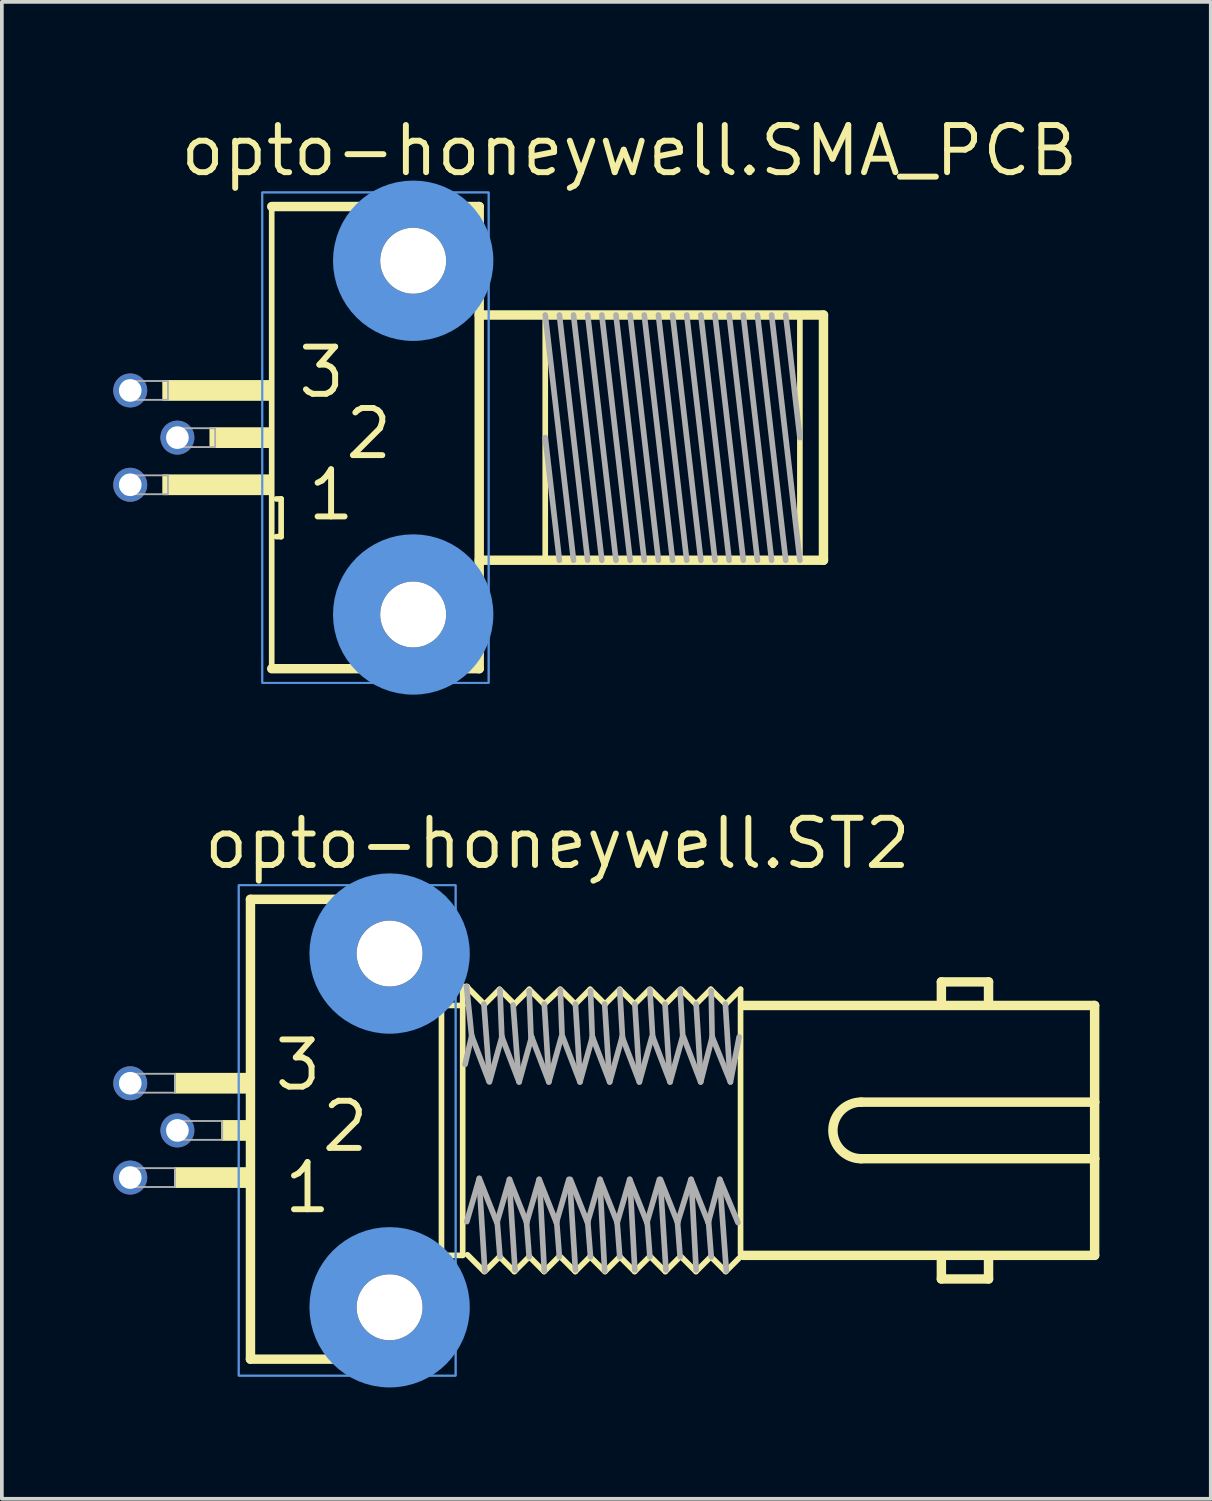
<source format=kicad_pcb>
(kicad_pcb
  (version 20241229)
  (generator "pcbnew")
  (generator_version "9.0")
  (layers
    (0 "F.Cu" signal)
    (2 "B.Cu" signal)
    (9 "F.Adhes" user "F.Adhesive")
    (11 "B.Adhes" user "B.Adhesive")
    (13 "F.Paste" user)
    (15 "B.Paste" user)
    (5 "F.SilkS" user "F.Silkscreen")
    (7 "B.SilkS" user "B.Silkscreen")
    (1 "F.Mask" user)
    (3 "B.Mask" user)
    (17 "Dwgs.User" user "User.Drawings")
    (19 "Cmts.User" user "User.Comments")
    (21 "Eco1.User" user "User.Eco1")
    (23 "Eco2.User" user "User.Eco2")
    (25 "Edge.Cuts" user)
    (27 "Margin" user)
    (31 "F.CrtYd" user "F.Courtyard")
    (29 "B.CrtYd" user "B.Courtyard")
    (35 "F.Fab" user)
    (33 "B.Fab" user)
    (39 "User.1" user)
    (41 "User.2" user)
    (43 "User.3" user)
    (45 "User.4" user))
  (footprint "opto-honeywell.ST2"
    (layer "F.Cu")
    (at 7.442 27.392)
    (property "Reference" "opto-honeywell.ST2" (at -5.08 -6.985 0) (layer "F.SilkS") (effects (font (size 1.27 1.27) (thickness 0.16)) (justify left bottom)))
    (attr through_hole)
    (fp_line (start -3.747 -6.223) (end 1.397 -6.223) (stroke (width 0.254) (type default)) (layer "F.SilkS"))
    (fp_line (start -3.747 6.16) (end -3.747 -6.223) (stroke (width 0.254) (type default)) (layer "F.SilkS"))
    (fp_line (start 1.397 -6.223) (end 1.397 6.16) (stroke (width 0.152) (type default)) (layer "F.SilkS"))
    (fp_line (start 1.397 6.16) (end -3.747 6.16) (stroke (width 0.254) (type default)) (layer "F.SilkS"))
    (fp_line (start 1.968 -3.873) (end 2.095 -3.873) (stroke (width 0.152) (type default)) (layer "F.SilkS"))
    (fp_line (start 1.968 -3.365) (end 1.524 -3.365) (stroke (width 0.152) (type default)) (layer "F.SilkS"))
    (fp_line (start 1.968 -3.365) (end 1.968 -3.873) (stroke (width 0.152) (type default)) (layer "F.SilkS"))
    (fp_line (start 1.968 -3.365) (end 1.968 3.365) (stroke (width 0.152) (type default)) (layer "F.SilkS"))
    (fp_line (start 1.968 3.365) (end 1.524 3.365) (stroke (width 0.152) (type default)) (layer "F.SilkS"))
    (fp_line (start 2.548 -3.4) (end 2.072 -3.876) (stroke (width 0.152) (type default)) (layer "F.SilkS"))
    (fp_line (start 2.548 3.8) (end 2.097 3.349) (stroke (width 0.152) (type default)) (layer "F.SilkS"))
    (fp_line (start 2.961 -3.8) (end 2.561 -3.4) (stroke (width 0.152) (type default)) (layer "F.SilkS"))
    (fp_line (start 2.961 3.4) (end 2.561 3.8) (stroke (width 0.152) (type default)) (layer "F.SilkS"))
    (fp_line (start 3.361 -3.4) (end 2.961 -3.8) (stroke (width 0.152) (type default)) (layer "F.SilkS"))
    (fp_line (start 3.361 3.8) (end 2.961 3.4) (stroke (width 0.152) (type default)) (layer "F.SilkS"))
    (fp_line (start 3.761 -3.8) (end 3.361 -3.4) (stroke (width 0.152) (type default)) (layer "F.SilkS"))
    (fp_line (start 3.761 3.4) (end 3.361 3.8) (stroke (width 0.152) (type default)) (layer "F.SilkS"))
    (fp_line (start 4.161 -3.4) (end 3.761 -3.8) (stroke (width 0.152) (type default)) (layer "F.SilkS"))
    (fp_line (start 4.161 3.8) (end 3.761 3.4) (stroke (width 0.152) (type default)) (layer "F.SilkS"))
    (fp_line (start 4.561 3.4) (end 4.161 3.8) (stroke (width 0.152) (type default)) (layer "F.SilkS"))
    (fp_line (start 4.587 -3.8) (end 4.161 -3.4) (stroke (width 0.152) (type default)) (layer "F.SilkS"))
    (fp_line (start 5 -3.4) (end 4.599 -3.8) (stroke (width 0.152) (type default)) (layer "F.SilkS"))
    (fp_line (start 5 3.8) (end 4.599 3.4) (stroke (width 0.152) (type default)) (layer "F.SilkS"))
    (fp_line (start 5.4 -3.8) (end 5 -3.4) (stroke (width 0.152) (type default)) (layer "F.SilkS"))
    (fp_line (start 5.4 3.4) (end 5 3.8) (stroke (width 0.152) (type default)) (layer "F.SilkS"))
    (fp_line (start 5.8 -3.4) (end 5.4 -3.8) (stroke (width 0.152) (type default)) (layer "F.SilkS"))
    (fp_line (start 5.8 3.8) (end 5.4 3.4) (stroke (width 0.152) (type default)) (layer "F.SilkS"))
    (fp_line (start 6.199 -3.8) (end 5.8 -3.4) (stroke (width 0.152) (type default)) (layer "F.SilkS"))
    (fp_line (start 6.199 3.4) (end 5.8 3.8) (stroke (width 0.152) (type default)) (layer "F.SilkS"))
    (fp_line (start 6.599 -3.4) (end 6.199 -3.8) (stroke (width 0.152) (type default)) (layer "F.SilkS"))
    (fp_line (start 6.599 3.8) (end 6.199 3.4) (stroke (width 0.152) (type default)) (layer "F.SilkS"))
    (fp_line (start 7 -3.8) (end 6.599 -3.4) (stroke (width 0.152) (type default)) (layer "F.SilkS"))
    (fp_line (start 7 3.4) (end 6.599 3.8) (stroke (width 0.152) (type default)) (layer "F.SilkS"))
    (fp_line (start 7.425 -3.4) (end 7.025 -3.8) (stroke (width 0.152) (type default)) (layer "F.SilkS"))
    (fp_line (start 7.425 3.8) (end 7.025 3.4) (stroke (width 0.152) (type default)) (layer "F.SilkS"))
    (fp_line (start 7.825 -3.8) (end 7.425 -3.4) (stroke (width 0.152) (type default)) (layer "F.SilkS"))
    (fp_line (start 7.825 3.4) (end 7.425 3.8) (stroke (width 0.152) (type default)) (layer "F.SilkS"))
    (fp_line (start 8.25 -3.4) (end 7.85 -3.8) (stroke (width 0.152) (type default)) (layer "F.SilkS"))
    (fp_line (start 8.25 3.8) (end 7.85 3.4) (stroke (width 0.152) (type default)) (layer "F.SilkS"))
    (fp_line (start 8.651 -3.8) (end 8.25 -3.4) (stroke (width 0.152) (type default)) (layer "F.SilkS"))
    (fp_line (start 8.651 3.4) (end 8.25 3.8) (stroke (width 0.152) (type default)) (layer "F.SilkS"))
    (fp_line (start 9.051 -3.4) (end 8.651 -3.8) (stroke (width 0.152) (type default)) (layer "F.SilkS"))
    (fp_line (start 9.051 3.8) (end 8.651 3.4) (stroke (width 0.152) (type default)) (layer "F.SilkS"))
    (fp_line (start 9.451 -3.8) (end 9.051 -3.4) (stroke (width 0.152) (type default)) (layer "F.SilkS"))
    (fp_line (start 9.451 -3.8) (end 9.451 3.331) (stroke (width 0.152) (type default)) (layer "F.SilkS"))
    (fp_line (start 9.451 3.4) (end 9.051 3.8) (stroke (width 0.152) (type default)) (layer "F.SilkS"))
    (fp_line (start 9.525 3.365) (end 18.986 3.365) (stroke (width 0.254) (type default)) (layer "F.SilkS"))
    (fp_line (start 12.7 0.762) (end 18.986 0.762) (stroke (width 0.254) (type default)) (layer "F.SilkS"))
    (fp_line (start 14.859 -4) (end 16.129 -4) (stroke (width 0.254) (type default)) (layer "F.SilkS"))
    (fp_line (start 14.859 -3.429) (end 14.859 -4) (stroke (width 0.254) (type default)) (layer "F.SilkS"))
    (fp_line (start 14.859 4) (end 14.859 3.429) (stroke (width 0.254) (type default)) (layer "F.SilkS"))
    (fp_line (start 16.129 -4) (end 16.129 -3.429) (stroke (width 0.254) (type default)) (layer "F.SilkS"))
    (fp_line (start 16.129 3.429) (end 16.129 4) (stroke (width 0.254) (type default)) (layer "F.SilkS"))
    (fp_line (start 16.129 4) (end 14.859 4) (stroke (width 0.254) (type default)) (layer "F.SilkS"))
    (fp_line (start 18.986 -3.365) (end 9.525 -3.365) (stroke (width 0.254) (type default)) (layer "F.SilkS"))
    (fp_line (start 18.986 -0.762) (end 12.7 -0.762) (stroke (width 0.254) (type default)) (layer "F.SilkS"))
    (fp_line (start 18.986 -0.762) (end 18.986 -3.365) (stroke (width 0.254) (type default)) (layer "F.SilkS"))
    (fp_line (start 18.986 0.762) (end 18.986 -0.762) (stroke (width 0.254) (type default)) (layer "F.SilkS"))
    (fp_line (start 18.986 3.365) (end 18.986 0.762) (stroke (width 0.254) (type default)) (layer "F.SilkS"))
    (fp_rect (start -5.779 -1.016) (end -3.873 -1.524) (stroke (width 0.05) (type default)) (fill yes) (layer "F.SilkS"))
    (fp_rect (start -5.779 1.524) (end -3.873 1.016) (stroke (width 0.05) (type default)) (fill yes) (layer "F.SilkS"))
    (fp_rect (start -4.508 0.254) (end -3.873 -0.254) (stroke (width 0.05) (type default)) (fill yes) (layer "F.SilkS"))
    (fp_arc (start 12.7 0.762) (mid 11.938 0) (end 12.7 -0.762) (stroke (width 0.254) (type default)) (layer "F.SilkS"))
    (fp_rect (start -4.064 6.604) (end 1.778 -6.604) (stroke (width 0.05) (type default)) (fill no) (layer "Cmts.User"))
    (fp_rect (start -4.064 6.604) (end 1.778 -6.604) (stroke (width 0.05) (type default)) (fill no) (layer "Cmts.User"))
    (fp_circle (center 0 -4.763) (end 1.524 -4.763) (stroke (width 1.27) (type default)) (fill no) (layer "Cmts.User"))
    (fp_circle (center 0 4.763) (end 1.524 4.763) (stroke (width 1.27) (type default)) (fill no) (layer "Cmts.User"))
    (fp_line (start 2.032 -1.778) (end 2.21 -2.54) (stroke (width 0.152) (type default)) (layer "F.Fab"))
    (fp_line (start 2.21 -2.54) (end 2.072 -3.876) (stroke (width 0.152) (type default)) (layer "F.Fab"))
    (fp_line (start 2.413 1.372) (end 2.565 3.785) (stroke (width 0.152) (type default)) (layer "F.Fab"))
    (fp_line (start 2.415 1.293) (end 2.079 2.455) (stroke (width 0.152) (type default)) (layer "F.Fab"))
    (fp_line (start 2.54 -3.404) (end 2.692 -1.372) (stroke (width 0.152) (type default)) (layer "F.Fab"))
    (fp_line (start 2.675 -1.33) (end 2.212 -2.543) (stroke (width 0.152) (type default)) (layer "F.Fab"))
    (fp_line (start 2.878 2.455) (end 2.415 1.293) (stroke (width 0.152) (type default)) (layer "F.Fab"))
    (fp_line (start 2.896 2.438) (end 2.972 3.404) (stroke (width 0.152) (type default)) (layer "F.Fab"))
    (fp_line (start 2.972 -3.785) (end 3.023 -2.489) (stroke (width 0.152) (type default)) (layer "F.Fab"))
    (fp_line (start 3.024 -2.517) (end 2.688 -1.305) (stroke (width 0.152) (type default)) (layer "F.Fab"))
    (fp_line (start 3.226 1.422) (end 3.378 3.759) (stroke (width 0.152) (type default)) (layer "F.Fab"))
    (fp_line (start 3.228 1.318) (end 2.891 2.48) (stroke (width 0.152) (type default)) (layer "F.Fab"))
    (fp_line (start 3.327 -3.378) (end 3.48 -1.346) (stroke (width 0.152) (type default)) (layer "F.Fab"))
    (fp_line (start 3.488 -1.305) (end 3.024 -2.517) (stroke (width 0.152) (type default)) (layer "F.Fab"))
    (fp_line (start 3.683 2.413) (end 3.759 3.404) (stroke (width 0.152) (type default)) (layer "F.Fab"))
    (fp_line (start 3.691 2.48) (end 3.228 1.318) (stroke (width 0.152) (type default)) (layer "F.Fab"))
    (fp_line (start 3.759 -3.759) (end 3.81 -2.464) (stroke (width 0.152) (type default)) (layer "F.Fab"))
    (fp_line (start 3.825 -2.517) (end 3.488 -1.305) (stroke (width 0.152) (type default)) (layer "F.Fab"))
    (fp_line (start 4.028 1.318) (end 3.691 2.48) (stroke (width 0.152) (type default)) (layer "F.Fab"))
    (fp_line (start 4.039 1.397) (end 4.166 3.785) (stroke (width 0.152) (type default)) (layer "F.Fab"))
    (fp_line (start 4.166 -3.404) (end 4.293 -1.346) (stroke (width 0.152) (type default)) (layer "F.Fab"))
    (fp_line (start 4.288 -1.305) (end 3.825 -2.517) (stroke (width 0.152) (type default)) (layer "F.Fab"))
    (fp_line (start 4.491 2.48) (end 4.028 1.318) (stroke (width 0.152) (type default)) (layer "F.Fab"))
    (fp_line (start 4.496 2.413) (end 4.572 3.404) (stroke (width 0.152) (type default)) (layer "F.Fab"))
    (fp_line (start 4.597 -3.785) (end 4.648 -2.464) (stroke (width 0.152) (type default)) (layer "F.Fab"))
    (fp_line (start 4.625 -2.517) (end 4.288 -1.305) (stroke (width 0.152) (type default)) (layer "F.Fab"))
    (fp_line (start 4.828 1.318) (end 4.491 2.48) (stroke (width 0.152) (type default)) (layer "F.Fab"))
    (fp_line (start 4.851 1.372) (end 5.004 3.759) (stroke (width 0.152) (type default)) (layer "F.Fab"))
    (fp_line (start 5.004 -3.404) (end 5.131 -1.346) (stroke (width 0.152) (type default)) (layer "F.Fab"))
    (fp_line (start 5.127 -1.305) (end 4.663 -2.517) (stroke (width 0.152) (type default)) (layer "F.Fab"))
    (fp_line (start 5.33 2.48) (end 4.866 1.318) (stroke (width 0.152) (type default)) (layer "F.Fab"))
    (fp_line (start 5.334 2.438) (end 5.41 3.404) (stroke (width 0.152) (type default)) (layer "F.Fab"))
    (fp_line (start 5.41 -3.759) (end 5.461 -2.438) (stroke (width 0.152) (type default)) (layer "F.Fab"))
    (fp_line (start 5.463 -2.517) (end 5.127 -1.305) (stroke (width 0.152) (type default)) (layer "F.Fab"))
    (fp_line (start 5.664 1.397) (end 5.791 3.785) (stroke (width 0.152) (type default)) (layer "F.Fab"))
    (fp_line (start 5.666 1.318) (end 5.33 2.48) (stroke (width 0.152) (type default)) (layer "F.Fab"))
    (fp_line (start 5.791 -3.404) (end 5.918 -1.397) (stroke (width 0.152) (type default)) (layer "F.Fab"))
    (fp_line (start 5.927 -1.305) (end 5.463 -2.517) (stroke (width 0.152) (type default)) (layer "F.Fab"))
    (fp_line (start 6.121 2.388) (end 6.198 3.404) (stroke (width 0.152) (type default)) (layer "F.Fab"))
    (fp_line (start 6.13 2.48) (end 5.666 1.318) (stroke (width 0.152) (type default)) (layer "F.Fab"))
    (fp_line (start 6.198 -3.785) (end 6.274 -2.464) (stroke (width 0.152) (type default)) (layer "F.Fab"))
    (fp_line (start 6.263 -2.517) (end 5.927 -1.305) (stroke (width 0.152) (type default)) (layer "F.Fab"))
    (fp_line (start 6.466 1.318) (end 6.13 2.48) (stroke (width 0.152) (type default)) (layer "F.Fab"))
    (fp_line (start 6.477 1.448) (end 6.604 3.759) (stroke (width 0.152) (type default)) (layer "F.Fab"))
    (fp_line (start 6.604 -3.404) (end 6.731 -1.372) (stroke (width 0.152) (type default)) (layer "F.Fab"))
    (fp_line (start 6.726 -1.305) (end 6.263 -2.517) (stroke (width 0.152) (type default)) (layer "F.Fab"))
    (fp_line (start 6.93 2.48) (end 6.466 1.318) (stroke (width 0.152) (type default)) (layer "F.Fab"))
    (fp_line (start 6.934 2.413) (end 7.01 3.404) (stroke (width 0.152) (type default)) (layer "F.Fab"))
    (fp_line (start 7.01 -3.785) (end 7.087 -2.464) (stroke (width 0.152) (type default)) (layer "F.Fab"))
    (fp_line (start 7.063 -2.517) (end 6.726 -1.305) (stroke (width 0.152) (type default)) (layer "F.Fab"))
    (fp_line (start 7.266 1.318) (end 6.93 2.48) (stroke (width 0.152) (type default)) (layer "F.Fab"))
    (fp_line (start 7.29 1.372) (end 7.442 3.759) (stroke (width 0.152) (type default)) (layer "F.Fab"))
    (fp_line (start 7.417 -3.404) (end 7.544 -1.397) (stroke (width 0.152) (type default)) (layer "F.Fab"))
    (fp_line (start 7.552 -1.305) (end 7.088 -2.517) (stroke (width 0.152) (type default)) (layer "F.Fab"))
    (fp_line (start 7.747 2.388) (end 7.823 3.404) (stroke (width 0.152) (type default)) (layer "F.Fab"))
    (fp_line (start 7.755 2.48) (end 7.292 1.318) (stroke (width 0.152) (type default)) (layer "F.Fab"))
    (fp_line (start 7.823 -3.785) (end 7.899 -2.464) (stroke (width 0.152) (type default)) (layer "F.Fab"))
    (fp_line (start 7.889 -2.517) (end 7.552 -1.305) (stroke (width 0.152) (type default)) (layer "F.Fab"))
    (fp_line (start 8.117 1.318) (end 7.755 2.48) (stroke (width 0.152) (type default)) (layer "F.Fab"))
    (fp_line (start 8.128 1.422) (end 8.255 3.759) (stroke (width 0.152) (type default)) (layer "F.Fab"))
    (fp_line (start 8.255 -3.404) (end 8.382 -1.372) (stroke (width 0.152) (type default)) (layer "F.Fab"))
    (fp_line (start 8.377 -1.305) (end 7.914 -2.517) (stroke (width 0.152) (type default)) (layer "F.Fab"))
    (fp_line (start 8.581 2.48) (end 8.117 1.318) (stroke (width 0.152) (type default)) (layer "F.Fab"))
    (fp_line (start 8.585 2.413) (end 8.661 3.404) (stroke (width 0.152) (type default)) (layer "F.Fab"))
    (fp_line (start 8.661 -3.759) (end 8.687 -2.438) (stroke (width 0.152) (type default)) (layer "F.Fab"))
    (fp_line (start 8.689 -2.517) (end 8.377 -1.305) (stroke (width 0.152) (type default)) (layer "F.Fab"))
    (fp_line (start 8.89 1.372) (end 9.068 3.785) (stroke (width 0.152) (type default)) (layer "F.Fab"))
    (fp_line (start 8.892 1.318) (end 8.581 2.48) (stroke (width 0.152) (type default)) (layer "F.Fab"))
    (fp_line (start 9.042 -3.404) (end 9.169 -1.372) (stroke (width 0.152) (type default)) (layer "F.Fab"))
    (fp_line (start 9.178 -1.305) (end 8.689 -2.517) (stroke (width 0.152) (type default)) (layer "F.Fab"))
    (fp_line (start 9.381 2.48) (end 8.892 1.318) (stroke (width 0.152) (type default)) (layer "F.Fab"))
    (fp_line (start 9.413 -2.517) (end 9.178 -1.305) (stroke (width 0.152) (type default)) (layer "F.Fab"))
    (fp_rect (start -6.921 -1.016) (end -5.779 -1.524) (stroke (width 0.05) (type default)) (fill no) (layer "F.Fab"))
    (fp_rect (start -6.921 1.524) (end -5.779 1.016) (stroke (width 0.05) (type default)) (fill no) (layer "F.Fab"))
    (fp_rect (start -5.652 0.254) (end -4.508 -0.254) (stroke (width 0.05) (type default)) (fill no) (layer "F.Fab"))
    (fp_text user "1" (at -2.921 2.286 0) (layer "F.SilkS") (effects (font (size 1.27 1.27) (thickness 0.16)) (justify left bottom)))
    (fp_text user "2" (at -1.905 0.635 0) (layer "F.SilkS") (effects (font (size 1.27 1.27) (thickness 0.16)) (justify left bottom)))
    (fp_text user "3" (at -3.175 -1.016 0) (layer "F.SilkS") (effects (font (size 1.27 1.27) (thickness 0.16)) (justify left bottom)))
    (pad "" np_thru_hole circle (at 0 -4.763) (size 1.778 1.778) (drill 1.778) (layers "*.Cu" "*.Mask"))
    (pad "" np_thru_hole circle (at 0 4.763) (size 1.778 1.778) (drill 1.778) (layers "*.Cu" "*.Mask"))
    (pad "1" thru_hole circle (at -6.985 1.27) (size 0.914 0.914) (drill 0.61) (layers "*.Cu" "*.Mask"))
    (pad "2" thru_hole circle (at -5.715 0) (size 0.914 0.914) (drill 0.61) (layers "*.Cu" "*.Mask"))
    (pad "3" thru_hole circle (at -6.985 -1.27) (size 0.914 0.914) (drill 0.61) (layers "*.Cu" "*.Mask")))
  (footprint "opto-honeywell.SMA_PCB"
    (layer "F.Cu")
    (at 8.077 8.735)
    (property "Reference" "opto-honeywell.SMA_PCB" (at -6.35 -6.985 0) (layer "F.SilkS") (effects (font (size 1.27 1.27) (thickness 0.16)) (justify left bottom)))
    (attr through_hole)
    (fp_line (start -3.81 -6.223) (end -3.81 6.223) (stroke (width 0.152) (type default)) (layer "F.SilkS"))
    (fp_line (start -3.81 6.223) (end 1.778 6.223) (stroke (width 0.254) (type default)) (layer "F.SilkS"))
    (fp_line (start -3.683 1.651) (end -3.556 1.651) (stroke (width 0.152) (type default)) (layer "F.SilkS"))
    (fp_line (start -3.556 1.651) (end -3.556 2.667) (stroke (width 0.152) (type default)) (layer "F.SilkS"))
    (fp_line (start -3.556 2.667) (end -3.683 2.667) (stroke (width 0.152) (type default)) (layer "F.SilkS"))
    (fp_line (start 1.778 -6.223) (end -3.81 -6.223) (stroke (width 0.254) (type default)) (layer "F.SilkS"))
    (fp_line (start 1.778 -3.302) (end 11.049 -3.302) (stroke (width 0.254) (type default)) (layer "F.SilkS"))
    (fp_line (start 1.778 6.223) (end 1.778 -6.223) (stroke (width 0.254) (type default)) (layer "F.SilkS"))
    (fp_line (start 3.556 3.175) (end 3.556 -3.302) (stroke (width 0.152) (type default)) (layer "F.SilkS"))
    (fp_line (start 10.414 3.175) (end 10.414 -3.175) (stroke (width 0.152) (type default)) (layer "F.SilkS"))
    (fp_line (start 11.049 -3.302) (end 11.049 3.302) (stroke (width 0.254) (type default)) (layer "F.SilkS"))
    (fp_line (start 11.049 3.302) (end 1.778 3.302) (stroke (width 0.254) (type default)) (layer "F.SilkS"))
    (fp_rect (start -6.731 -1.016) (end -3.81 -1.524) (stroke (width 0.05) (type default)) (fill yes) (layer "F.SilkS"))
    (fp_rect (start -6.731 1.524) (end -3.81 1.016) (stroke (width 0.05) (type default)) (fill yes) (layer "F.SilkS"))
    (fp_rect (start -5.461 0.254) (end -3.81 -0.254) (stroke (width 0.05) (type default)) (fill yes) (layer "F.SilkS"))
    (fp_rect (start -4.064 6.604) (end 2.032 -6.604) (stroke (width 0.05) (type default)) (fill no) (layer "Cmts.User"))
    (fp_rect (start -4.064 6.604) (end 2.032 -6.604) (stroke (width 0.05) (type default)) (fill no) (layer "Cmts.User"))
    (fp_circle (center 0 -4.763) (end 1.524 -4.763) (stroke (width 1.27) (type default)) (fill no) (layer "Cmts.User"))
    (fp_circle (center 0 4.763) (end 1.524 4.763) (stroke (width 1.27) (type default)) (fill no) (layer "Cmts.User"))
    (fp_line (start 3.556 -3.302) (end 4.318 3.302) (stroke (width 0.152) (type default)) (layer "F.Fab"))
    (fp_line (start 3.937 -3.302) (end 4.699 3.302) (stroke (width 0.152) (type default)) (layer "F.Fab"))
    (fp_line (start 3.937 3.302) (end 3.556 0) (stroke (width 0.152) (type default)) (layer "F.Fab"))
    (fp_line (start 4.318 -3.302) (end 5.08 3.302) (stroke (width 0.152) (type default)) (layer "F.Fab"))
    (fp_line (start 4.699 -3.302) (end 5.461 3.302) (stroke (width 0.152) (type default)) (layer "F.Fab"))
    (fp_line (start 5.08 -3.302) (end 5.842 3.302) (stroke (width 0.152) (type default)) (layer "F.Fab"))
    (fp_line (start 5.461 -3.302) (end 6.223 3.302) (stroke (width 0.152) (type default)) (layer "F.Fab"))
    (fp_line (start 5.842 -3.302) (end 6.604 3.302) (stroke (width 0.152) (type default)) (layer "F.Fab"))
    (fp_line (start 6.223 -3.302) (end 6.985 3.302) (stroke (width 0.152) (type default)) (layer "F.Fab"))
    (fp_line (start 6.604 -3.302) (end 7.366 3.302) (stroke (width 0.152) (type default)) (layer "F.Fab"))
    (fp_line (start 6.985 -3.302) (end 7.747 3.302) (stroke (width 0.152) (type default)) (layer "F.Fab"))
    (fp_line (start 7.366 -3.302) (end 8.128 3.302) (stroke (width 0.152) (type default)) (layer "F.Fab"))
    (fp_line (start 7.747 -3.302) (end 8.509 3.302) (stroke (width 0.152) (type default)) (layer "F.Fab"))
    (fp_line (start 8.128 -3.302) (end 8.89 3.302) (stroke (width 0.152) (type default)) (layer "F.Fab"))
    (fp_line (start 8.509 -3.302) (end 9.271 3.302) (stroke (width 0.152) (type default)) (layer "F.Fab"))
    (fp_line (start 8.89 -3.302) (end 9.652 3.302) (stroke (width 0.152) (type default)) (layer "F.Fab"))
    (fp_line (start 9.271 -3.302) (end 10.033 3.302) (stroke (width 0.152) (type default)) (layer "F.Fab"))
    (fp_line (start 9.652 -3.302) (end 10.414 3.302) (stroke (width 0.152) (type default)) (layer "F.Fab"))
    (fp_line (start 10.414 0) (end 10.033 -3.302) (stroke (width 0.152) (type default)) (layer "F.Fab"))
    (fp_rect (start -7.747 -1.016) (end -6.604 -1.524) (stroke (width 0.05) (type default)) (fill no) (layer "F.Fab"))
    (fp_rect (start -7.747 1.524) (end -6.604 1.016) (stroke (width 0.05) (type default)) (fill no) (layer "F.Fab"))
    (fp_rect (start -6.477 0.254) (end -5.334 -0.254) (stroke (width 0.05) (type default)) (fill no) (layer "F.Fab"))
    (fp_text user "3" (at -3.175 -1.016 0) (layer "F.SilkS") (effects (font (size 1.27 1.27) (thickness 0.16)) (justify left bottom)))
    (fp_text user "2" (at -1.905 0.635 0) (layer "F.SilkS") (effects (font (size 1.27 1.27) (thickness 0.16)) (justify left bottom)))
    (fp_text user "1" (at -2.921 2.286 0) (layer "F.SilkS") (effects (font (size 1.27 1.27) (thickness 0.16)) (justify left bottom)))
    (pad "" np_thru_hole circle (at 0 -4.763) (size 1.778 1.778) (drill 1.778) (layers "*.Cu" "*.Mask"))
    (pad "" np_thru_hole circle (at 0 4.763) (size 1.778 1.778) (drill 1.778) (layers "*.Cu" "*.Mask"))
    (pad "1" thru_hole circle (at -7.62 1.27) (size 0.914 0.914) (drill 0.61) (layers "*.Cu" "*.Mask"))
    (pad "2" thru_hole circle (at -6.35 0) (size 0.914 0.914) (drill 0.61) (layers "*.Cu" "*.Mask"))
    (pad "3" thru_hole circle (at -7.62 -1.27) (size 0.914 0.914) (drill 0.61) (layers "*.Cu" "*.Mask")))
  (gr_rect
    (start -3 -3)
    (end 29.556 37.313)
    (stroke (width 0.1) (type default))
    (fill no)
    (layer "Edge.Cuts")))
</source>
